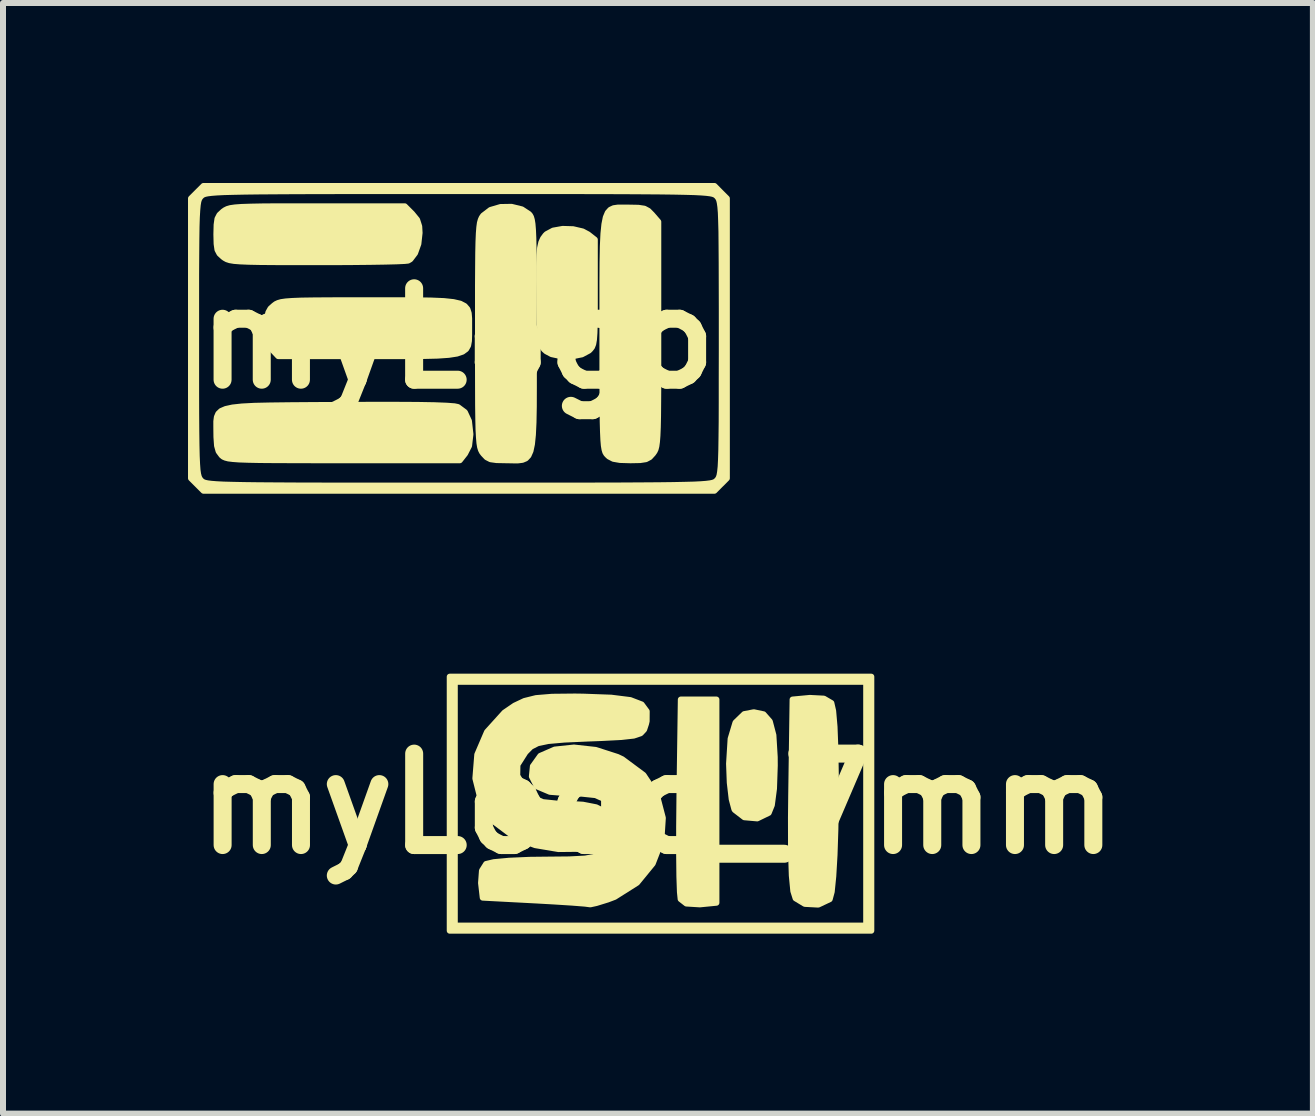
<source format=kicad_pcb>
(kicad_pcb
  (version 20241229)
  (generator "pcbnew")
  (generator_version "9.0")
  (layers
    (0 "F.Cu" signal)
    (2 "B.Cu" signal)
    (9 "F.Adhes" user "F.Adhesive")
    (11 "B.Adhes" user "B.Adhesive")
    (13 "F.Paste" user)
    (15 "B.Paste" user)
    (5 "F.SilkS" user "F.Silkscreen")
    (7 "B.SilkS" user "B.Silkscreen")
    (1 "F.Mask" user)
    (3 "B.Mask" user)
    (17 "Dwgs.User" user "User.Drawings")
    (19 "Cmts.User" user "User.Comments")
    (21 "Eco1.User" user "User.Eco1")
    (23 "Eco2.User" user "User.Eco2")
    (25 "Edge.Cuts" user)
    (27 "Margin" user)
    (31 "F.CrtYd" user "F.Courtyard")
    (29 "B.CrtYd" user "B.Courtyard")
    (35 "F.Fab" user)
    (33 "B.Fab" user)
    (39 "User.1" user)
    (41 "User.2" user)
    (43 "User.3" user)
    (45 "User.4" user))
  (footprint "myLogo"
    (layer "F.Cu")
    (at 4.579 2.59)
    (property "Reference" "myLogo" (at 0 0 0) (layer "F.SilkS") (effects (font (size 1.524 1.524) (thickness 0.3))))
    (attr through_hole)
    (fp_poly (pts (xy 2.286 -0.766) (xy 2.286 -0.472) (xy 2.284 -0.251) (xy 2.28 -0.091) (xy 2.272 0.021) (xy 2.259 0.095) (xy 2.24 0.144) (xy 2.213 0.179) (xy 2.188 0.204) (xy 2.07 0.267) (xy 1.906 0.299) (xy 1.727 0.298) (xy 1.566 0.263) (xy 1.476 0.215) (xy 1.441 0.184) (xy 1.415 0.147) (xy 1.396 0.092) (xy 1.384 0.006) (xy 1.375 -0.123) (xy 1.369 -0.309) (xy 1.364 -0.562) (xy 1.363 -0.66) (xy 1.358 -0.969) (xy 1.358 -1.205) (xy 1.363 -1.381) (xy 1.374 -1.508) (xy 1.394 -1.598) (xy 1.423 -1.663) (xy 1.462 -1.716) (xy 1.483 -1.737) (xy 1.593 -1.796) (xy 1.75 -1.824) (xy 1.923 -1.819) (xy 2.082 -1.782) (xy 2.174 -1.733) (xy 2.286 -1.645) (xy 2.286 -0.766)) (stroke (width 0.1) (type solid)) (fill yes) (layer "F.SilkS"))
    (fp_poly (pts (xy 0.191 -0.053) (xy 0.188 0.042) (xy 0.174 0.119) (xy 0.141 0.178) (xy 0.081 0.222) (xy -0.013 0.254) (xy -0.149 0.275) (xy -0.336 0.288) (xy -0.579 0.294) (xy -0.888 0.296) (xy -1.27 0.296) (xy -1.5 0.296) (xy -2.991 0.296) (xy -3.083 0.198) (xy -3.135 0.126) (xy -3.164 0.033) (xy -3.174 -0.108) (xy -3.175 -0.18) (xy -3.172 -0.335) (xy -3.156 -0.432) (xy -3.12 -0.496) (xy -3.063 -0.547) (xy -3.031 -0.571) (xy -2.993 -0.589) (xy -2.941 -0.604) (xy -2.865 -0.615) (xy -2.757 -0.623) (xy -2.608 -0.629) (xy -2.409 -0.632) (xy -2.151 -0.634) (xy -1.825 -0.635) (xy -1.481 -0.635) (xy -1.06 -0.635) (xy -0.717 -0.634) (xy -0.443 -0.63) (xy -0.23 -0.621) (xy -0.071 -0.604) (xy 0.042 -0.578) (xy 0.117 -0.539) (xy 0.162 -0.487) (xy 0.184 -0.418) (xy 0.191 -0.331) (xy 0.191 -0.224) (xy 0.191 -0.169) (xy 0.191 -0.053)) (stroke (width 0.1) (type solid)) (fill yes) (layer "F.SilkS"))
    (fp_poly (pts (xy 0.212 1.605) (xy 0.19 1.791) (xy 0.124 1.92) (xy 0.036 2.032) (xy -1.908 2.032) (xy -2.364 2.032) (xy -2.744 2.031) (xy -3.053 2.03) (xy -3.301 2.028) (xy -3.494 2.024) (xy -3.64 2.019) (xy -3.747 2.011) (xy -3.821 2.002) (xy -3.871 1.989) (xy -3.905 1.974) (xy -3.929 1.955) (xy -3.937 1.947) (xy -3.985 1.882) (xy -4.011 1.789) (xy -4.021 1.646) (xy -4.022 1.573) (xy -4.023 1.47) (xy -4.023 1.383) (xy -4.014 1.313) (xy -3.99 1.256) (xy -3.943 1.211) (xy -3.866 1.178) (xy -3.752 1.153) (xy -3.596 1.136) (xy -3.388 1.125) (xy -3.123 1.119) (xy -2.793 1.115) (xy -2.392 1.112) (xy -1.976 1.11) (xy -1.458 1.108) (xy -1.022 1.108) (xy -0.666 1.11) (xy -0.387 1.115) (xy -0.184 1.123) (xy -0.053 1.133) (xy 0.004 1.145) (xy 0.12 1.231) (xy 0.188 1.378) (xy 0.212 1.593) (xy 0.212 1.605)) (stroke (width 0.1) (type solid)) (fill yes) (layer "F.SilkS"))
    (fp_poly (pts (xy -0.635 -1.758) (xy -0.655 -1.576) (xy -0.71 -1.422) (xy -0.788 -1.319) (xy -0.827 -1.296) (xy -0.885 -1.29) (xy -1.016 -1.284) (xy -1.212 -1.279) (xy -1.462 -1.275) (xy -1.755 -1.272) (xy -2.081 -1.27) (xy -2.347 -1.27) (xy -2.737 -1.27) (xy -3.05 -1.271) (xy -3.297 -1.273) (xy -3.487 -1.277) (xy -3.627 -1.283) (xy -3.728 -1.291) (xy -3.799 -1.303) (xy -3.848 -1.319) (xy -3.884 -1.339) (xy -3.91 -1.358) (xy -3.97 -1.413) (xy -4.004 -1.477) (xy -4.018 -1.575) (xy -4.022 -1.732) (xy -4.022 -1.736) (xy -4.018 -1.894) (xy -4.004 -1.993) (xy -3.971 -2.057) (xy -3.912 -2.112) (xy -3.91 -2.114) (xy -3.877 -2.137) (xy -3.839 -2.156) (xy -3.787 -2.171) (xy -3.711 -2.182) (xy -3.603 -2.19) (xy -3.453 -2.195) (xy -3.253 -2.199) (xy -2.993 -2.201) (xy -2.666 -2.201) (xy -2.341 -2.201) (xy -0.882 -2.201) (xy -0.759 -2.078) (xy -0.676 -1.976) (xy -0.641 -1.866) (xy -0.635 -1.758)) (stroke (width 0.1) (type solid)) (fill yes) (layer "F.SilkS"))
    (fp_poly (pts (xy 3.344 -0.067) (xy 3.344 0.381) (xy 3.344 0.751) (xy 3.342 1.053) (xy 3.34 1.293) (xy 3.336 1.48) (xy 3.33 1.621) (xy 3.322 1.724) (xy 3.312 1.797) (xy 3.299 1.848) (xy 3.282 1.884) (xy 3.262 1.913) (xy 3.257 1.92) (xy 3.202 1.98) (xy 3.138 2.014) (xy 3.041 2.029) (xy 2.886 2.032) (xy 2.876 2.032) (xy 2.706 2.027) (xy 2.596 2.008) (xy 2.523 1.97) (xy 2.498 1.947) (xy 2.478 1.925) (xy 2.461 1.896) (xy 2.448 1.853) (xy 2.437 1.788) (xy 2.429 1.694) (xy 2.423 1.563) (xy 2.418 1.388) (xy 2.416 1.161) (xy 2.414 0.874) (xy 2.413 0.521) (xy 2.413 0.092) (xy 2.413 -0.059) (xy 2.413 -0.537) (xy 2.413 -0.938) (xy 2.415 -1.268) (xy 2.42 -1.534) (xy 2.43 -1.743) (xy 2.446 -1.901) (xy 2.469 -2.016) (xy 2.502 -2.095) (xy 2.545 -2.143) (xy 2.6 -2.169) (xy 2.668 -2.179) (xy 2.751 -2.18) (xy 2.85 -2.179) (xy 2.857 -2.179) (xy 3.013 -2.176) (xy 3.112 -2.161) (xy 3.179 -2.125) (xy 3.242 -2.061) (xy 3.344 -1.943) (xy 3.344 -0.067)) (stroke (width 0.1) (type solid)) (fill yes) (layer "F.SilkS"))
    (fp_poly (pts (xy 1.27 0.811) (xy 1.269 1.138) (xy 1.264 1.402) (xy 1.254 1.608) (xy 1.238 1.764) (xy 1.214 1.877) (xy 1.18 1.954) (xy 1.136 2.001) (xy 1.079 2.025) (xy 1.008 2.034) (xy 0.922 2.034) (xy 0.819 2.032) (xy 0.807 2.032) (xy 0.648 2.029) (xy 0.549 2.015) (xy 0.484 1.982) (xy 0.429 1.924) (xy 0.426 1.92) (xy 0.405 1.892) (xy 0.388 1.858) (xy 0.374 1.812) (xy 0.363 1.745) (xy 0.355 1.651) (xy 0.348 1.52) (xy 0.344 1.346) (xy 0.341 1.12) (xy 0.34 0.835) (xy 0.339 0.482) (xy 0.339 0.055) (xy 0.339 -0.064) (xy 0.339 -0.511) (xy 0.339 -0.881) (xy 0.341 -1.182) (xy 0.343 -1.422) (xy 0.347 -1.609) (xy 0.353 -1.749) (xy 0.361 -1.852) (xy 0.371 -1.925) (xy 0.385 -1.975) (xy 0.401 -2.011) (xy 0.421 -2.04) (xy 0.425 -2.046) (xy 0.548 -2.14) (xy 0.715 -2.189) (xy 0.898 -2.192) (xy 1.069 -2.15) (xy 1.188 -2.072) (xy 1.207 -2.05) (xy 1.223 -2.02) (xy 1.236 -1.975) (xy 1.247 -1.907) (xy 1.255 -1.809) (xy 1.261 -1.674) (xy 1.265 -1.493) (xy 1.268 -1.259) (xy 1.269 -0.965) (xy 1.27 -0.603) (xy 1.27 -0.166) (xy 1.27 -0.064) (xy 1.27 0.413) (xy 1.27 0.811)) (stroke (width 0.1) (type solid)) (fill yes) (layer "F.SilkS"))
    (fp_poly (pts (xy 4.487 2.332) (xy 4.403 2.417) (xy 4.403 0) (xy 4.403 -0.498) (xy 4.402 -0.918) (xy 4.401 -1.268) (xy 4.399 -1.553) (xy 4.397 -1.782) (xy 4.392 -1.96) (xy 4.387 -2.095) (xy 4.379 -2.194) (xy 4.369 -2.263) (xy 4.358 -2.309) (xy 4.343 -2.34) (xy 4.326 -2.363) (xy 4.318 -2.371) (xy 4.303 -2.385) (xy 4.283 -2.397) (xy 4.254 -2.408) (xy 4.21 -2.417) (xy 4.147 -2.425) (xy 4.059 -2.432) (xy 3.942 -2.438) (xy 3.791 -2.442) (xy 3.6 -2.446) (xy 3.364 -2.449) (xy 3.08 -2.451) (xy 2.74 -2.453) (xy 2.341 -2.454) (xy 1.878 -2.455) (xy 1.345 -2.455) (xy 0.738 -2.455) (xy 0.052 -2.455) (xy 0.021 -2.455) (xy -0.669 -2.455) (xy -1.279 -2.455) (xy -1.815 -2.455) (xy -2.281 -2.454) (xy -2.683 -2.453) (xy -3.024 -2.451) (xy -3.311 -2.449) (xy -3.549 -2.446) (xy -3.741 -2.442) (xy -3.894 -2.438) (xy -4.013 -2.432) (xy -4.102 -2.425) (xy -4.166 -2.417) (xy -4.21 -2.408) (xy -4.24 -2.397) (xy -4.26 -2.385) (xy -4.275 -2.371) (xy -4.276 -2.371) (xy -4.294 -2.35) (xy -4.31 -2.323) (xy -4.323 -2.284) (xy -4.333 -2.225) (xy -4.341 -2.139) (xy -4.348 -2.019) (xy -4.353 -1.859) (xy -4.356 -1.652) (xy -4.358 -1.39) (xy -4.36 -1.068) (xy -4.36 -0.677) (xy -4.36 -0.211) (xy -4.36 0) (xy -4.36 0.498) (xy -4.36 0.918) (xy -4.359 1.268) (xy -4.357 1.553) (xy -4.354 1.782) (xy -4.35 1.96) (xy -4.344 2.095) (xy -4.337 2.194) (xy -4.327 2.263) (xy -4.315 2.309) (xy -4.301 2.34) (xy -4.283 2.363) (xy -4.276 2.371) (xy -4.26 2.385) (xy -4.241 2.397) (xy -4.211 2.408) (xy -4.168 2.417) (xy -4.105 2.425) (xy -4.017 2.432) (xy -3.9 2.438) (xy -3.749 2.442) (xy -3.558 2.446) (xy -3.322 2.449) (xy -3.037 2.451) (xy -2.698 2.453) (xy -2.299 2.454) (xy -1.836 2.455) (xy -1.303 2.455) (xy -0.696 2.455) (xy -0.009 2.455) (xy 0.021 2.455) (xy 0.711 2.455) (xy 1.322 2.455) (xy 1.857 2.455) (xy 2.323 2.454) (xy 2.725 2.453) (xy 3.067 2.451) (xy 3.354 2.449) (xy 3.591 2.446) (xy 3.784 2.442) (xy 3.937 2.438) (xy 4.055 2.432) (xy 4.144 2.425) (xy 4.208 2.417) (xy 4.252 2.408) (xy 4.282 2.397) (xy 4.302 2.385) (xy 4.317 2.371) (xy 4.318 2.371) (xy 4.336 2.35) (xy 4.352 2.323) (xy 4.365 2.284) (xy 4.375 2.225) (xy 4.384 2.139) (xy 4.39 2.019) (xy 4.395 1.859) (xy 4.398 1.652) (xy 4.401 1.39) (xy 4.402 1.068) (xy 4.402 0.677) (xy 4.403 0.211) (xy 4.403 0) (xy 4.403 2.417) (xy 4.383 2.436) (xy 4.28 2.54) (xy 0.021 2.54) (xy -4.237 2.54) (xy -4.341 2.436) (xy -4.445 2.332) (xy -4.445 -0.000001) (xy -4.445 -2.332) (xy -4.341 -2.436) (xy -4.237 -2.54) (xy 0.021 -2.54) (xy 4.28 -2.54) (xy 4.383 -2.436) (xy 4.487 -2.332) (xy 4.487 -0.000001) (xy 4.487 2.332)) (stroke (width 0.1) (type solid)) (fill yes) (layer "F.SilkS")))
  (footprint "myLogo_7mm"
    (layer "F.Cu")
    (at 7.918 10.347)
    (property "Reference" "myLogo_7mm" (at 0 0 0) (layer "F.SilkS") (effects (font (size 1.524 1.524) (thickness 0.3))))
    (attr through_hole)
    (fp_poly (pts (xy 0.974 1.651) (xy 0.698 1.678) (xy 0.473 1.664) (xy 0.378 1.59) (xy 0.366 1.473) (xy 0.357 1.215) (xy 0.353 0.845) (xy 0.353 0.391) (xy 0.358 -0.119) (xy 0.358 -0.13) (xy 0.381 -1.736) (xy 0.677 -1.736) (xy 0.974 -1.736) (xy 0.974 -0.042) (xy 0.974 1.651)) (stroke (width 0.1) (type solid)) (fill yes) (layer "F.SilkS"))
    (fp_poly (pts (xy 1.947 -0.635) (xy 1.934 -0.251) (xy 1.898 0.023) (xy 1.846 0.152) (xy 1.655 0.245) (xy 1.44 0.226) (xy 1.28 0.103) (xy 1.273 0.09) (xy 1.229 -0.075) (xy 1.197 -0.35) (xy 1.185 -0.666) (xy 1.211 -1.082) (xy 1.292 -1.352) (xy 1.438 -1.493) (xy 1.598 -1.524) (xy 1.759 -1.49) (xy 1.864 -1.371) (xy 1.924 -1.142) (xy 1.946 -0.778) (xy 1.947 -0.635)) (stroke (width 0.1) (type solid)) (fill yes) (layer "F.SilkS"))
    (fp_poly (pts (xy 3.556 2.117) (xy 3.471 2.117) (xy 3.471 2.032) (xy 3.471 0) (xy 3.471 -2.032) (xy 0.042 -2.032) (xy -3.387 -2.032) (xy -3.387 0) (xy -3.387 2.032) (xy 0.042 2.032) (xy 3.471 2.032) (xy 3.471 2.117) (xy 0.042 2.117) (xy -3.471 2.117) (xy -3.471 0) (xy -3.471 -2.117) (xy 0.042 -2.117) (xy 3.556 -2.117) (xy 3.556 0) (xy 3.556 2.117)) (stroke (width 0.1) (type solid)) (fill yes) (layer "F.SilkS"))
    (fp_poly (pts (xy 2.964 -0.491) (xy 2.964 -0.03) (xy 2.957 0.429) (xy 2.943 0.854) (xy 2.922 1.211) (xy 2.896 1.468) (xy 2.863 1.59) (xy 2.862 1.592) (xy 2.672 1.682) (xy 2.448 1.67) (xy 2.294 1.577) (xy 2.256 1.457) (xy 2.231 1.198) (xy 2.218 0.793) (xy 2.217 0.232) (xy 2.221 -0.138) (xy 2.244 -1.736) (xy 2.531 -1.763) (xy 2.765 -1.751) (xy 2.89 -1.678) (xy 2.92 -1.546) (xy 2.943 -1.282) (xy 2.957 -0.919) (xy 2.964 -0.491)) (stroke (width 0.1) (type solid)) (fill yes) (layer "F.SilkS"))
    (fp_poly (pts (xy 0.081 0.237) (xy 0.056 0.628) (xy -0.088 0.998) (xy -0.349 1.317) (xy -0.722 1.553) (xy -0.838 1.597) (xy -1.029 1.656) (xy -1.13 1.678) (xy -1.134 1.677) (xy -1.217 1.666) (xy -1.433 1.649) (xy -1.748 1.629) (xy -2.032 1.613) (xy -2.921 1.566) (xy -2.949 1.322) (xy -2.934 1.116) (xy -2.864 1.005) (xy -2.736 0.975) (xy -2.48 0.951) (xy -2.138 0.936) (xy -1.88 0.933) (xy -1.482 0.929) (xy -1.215 0.915) (xy -1.04 0.883) (xy -0.919 0.826) (xy -0.813 0.736) (xy -0.8 0.724) (xy -0.634 0.512) (xy -0.612 0.322) (xy -0.733 0.1) (xy -0.768 0.054) (xy -0.892 -0.076) (xy -1.039 -0.143) (xy -1.268 -0.167) (xy -1.435 -0.169) (xy -1.801 -0.198) (xy -2.019 -0.29) (xy -2.102 -0.454) (xy -2.085 -0.624) (xy -1.961 -0.797) (xy -1.72 -0.902) (xy -1.4 -0.936) (xy -1.039 -0.896) (xy -0.676 -0.779) (xy -0.596 -0.741) (xy -0.242 -0.478) (xy -0.018 -0.142) (xy 0.081 0.237)) (stroke (width 0.1) (type solid)) (fill yes) (layer "F.SilkS"))
    (fp_poly (pts (xy -0.188 -1.54) (xy -0.189 -1.376) (xy -0.2 -1.329) (xy -0.231 -1.236) (xy -0.289 -1.174) (xy -0.405 -1.135) (xy -0.612 -1.112) (xy -0.941 -1.095) (xy -1.152 -1.087) (xy -1.558 -1.069) (xy -1.831 -1.045) (xy -2.006 -1.008) (xy -2.119 -0.95) (xy -2.205 -0.863) (xy -2.211 -0.856) (xy -2.343 -0.648) (xy -2.346 -0.467) (xy -2.217 -0.252) (xy -2.195 -0.223) (xy -2.07 -0.093) (xy -1.921 -0.026) (xy -1.689 -0.002) (xy -1.535 0) (xy -1.252 0.017) (xy -1.032 0.06) (xy -0.948 0.102) (xy -0.855 0.292) (xy -0.875 0.507) (xy -0.998 0.667) (xy -1.01 0.674) (xy -1.293 0.752) (xy -1.66 0.756) (xy -2.046 0.691) (xy -2.368 0.572) (xy -2.722 0.307) (xy -2.947 -0.035) (xy -3.044 -0.421) (xy -3.012 -0.819) (xy -2.85 -1.196) (xy -2.559 -1.518) (xy -2.388 -1.635) (xy -2.225 -1.712) (xy -2.032 -1.76) (xy -1.766 -1.782) (xy -1.384 -1.786) (xy -1.245 -1.784) (xy -0.78 -1.767) (xy -0.462 -1.727) (xy -0.272 -1.654) (xy -0.188 -1.54)) (stroke (width 0.1) (type solid)) (fill yes) (layer "F.SilkS")))
  (gr_rect
    (start -3 -3)
    (end 18.835 15.513)
    (stroke (width 0.1) (type default))
    (fill no)
    (layer "Edge.Cuts")))
</source>
